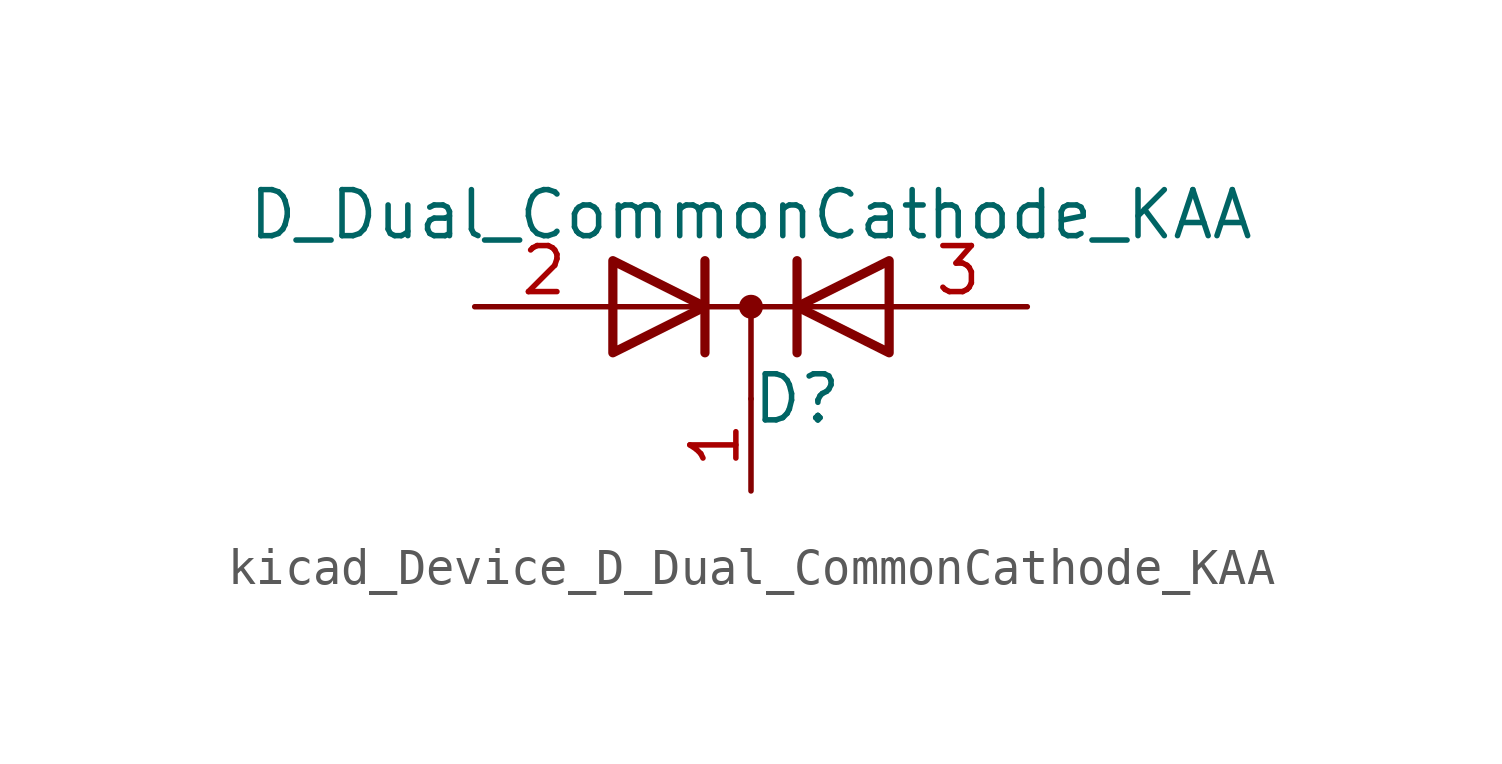
<source format=kicad_sym>
(kicad_symbol_lib
  (version 20220914)
  (generator kicad_symbol_editor)
  (symbol "kicad_Device_D_Dual_CommonCathode_KAA"
    (pin_names
      (offset 0.762) hide)
    (property "Reference" "D"
      (at 1.27 -2.54 0)
      (effects (font (size 1.27 1.27))))
    (property "Value" "D_Dual_CommonCathode_KAA"
      (at 0 2.54 0)
      (effects (font (size 1.27 1.27))))
    (symbol "kicad_Device_D_Dual_CommonCathode_KAA_0_1"
      (polyline (pts (xy -3.81 0) (xy 3.81 0)) (stroke (width 0) (type default)) (fill (type none)))
      (polyline (pts (xy 0 0) (xy 0 -2.54)) (stroke (width 0) (type default)) (fill (type none)))
      (polyline (pts (xy -1.27 -1.27) (xy -1.27 1.27) (xy -1.27 1.27)) (stroke (width 0.254) (type default)) (fill (type none)))
      (polyline (pts (xy 1.27 -1.27) (xy 1.27 1.27) (xy 1.27 1.27)) (stroke (width 0.254) (type default)) (fill (type none)))
      (polyline (pts (xy -3.81 1.27) (xy -1.27 0) (xy -3.81 -1.27) (xy -3.81 1.27) (xy -3.81 1.27) (xy -3.81 1.27)) (stroke (width 0.254) (type default)) (fill (type none)))
      (polyline (pts (xy 3.81 -1.27) (xy 1.27 0) (xy 3.81 1.27) (xy 3.81 -1.27) (xy 3.81 -1.27) (xy 3.81 -1.27)) (stroke (width 0.254) (type default)) (fill (type none)))
      (circle (center 0 0) (radius 0.254) (stroke (width 0) (type default)) (fill (type outline)))
      (pin passive line (at 0 -5.08 90) (length 2.54) (name "K" (effects (font (size 1.27 1.27)))) (number "1" (effects (font (size 1.27 1.27)))))
      (pin passive line (at -7.62 0 0) (length 3.81) (name "A" (effects (font (size 1.27 1.27)))) (number "2" (effects (font (size 1.27 1.27)))))
      (pin passive line (at 7.62 0 180) (length 3.81) (name "A" (effects (font (size 1.27 1.27)))) (number "3" (effects (font (size 1.27 1.27))))))))
</source>
